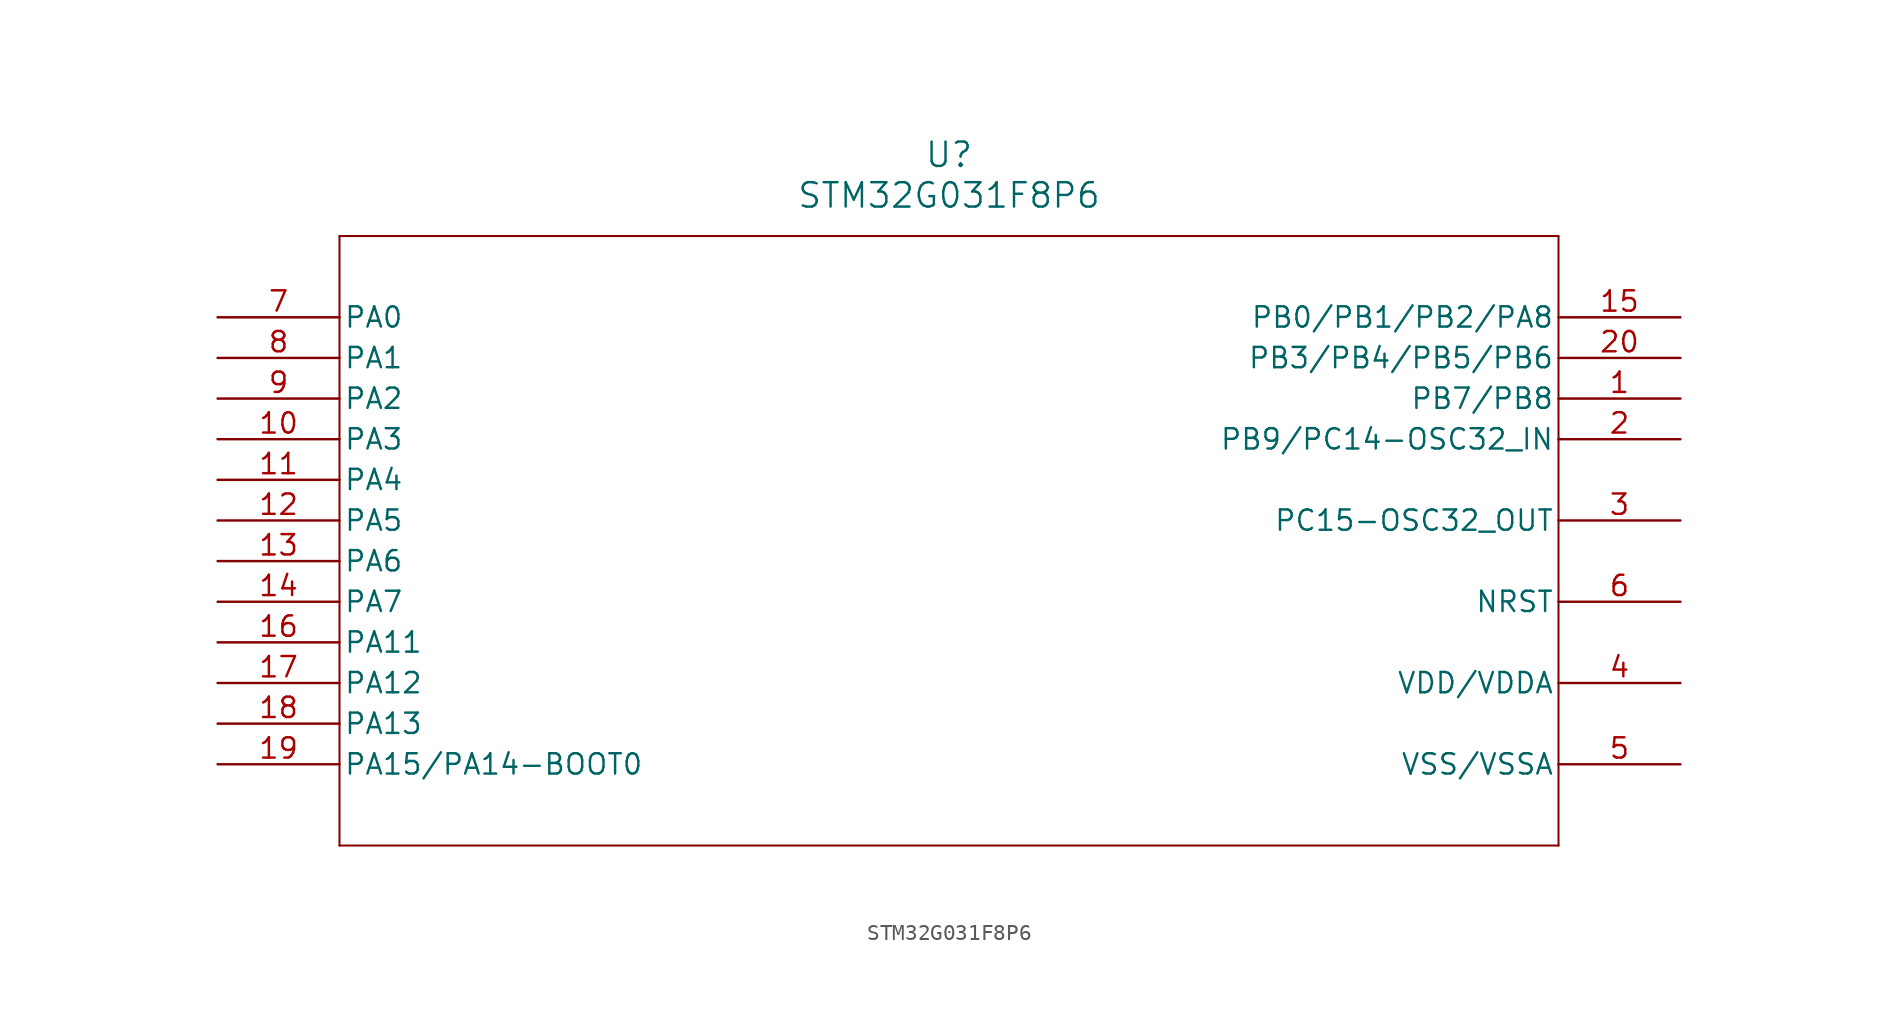
<source format=kicad_sym>
(kicad_symbol_lib
  (version 20211014)
  (generator kicad_symbol_editor)
  (symbol "STM32G031F8P6"
    (pin_names
      (offset 0.254))
    (property "Reference" "U"
      (at 45.72 10.16 0)
      (effects (font (size 1.524 1.524))))
    (property "Value" "STM32G031F8P6"
      (at 45.72 7.62 0)
      (effects (font (size 1.524 1.524))))
    (symbol "STM32G031F8P6_0_1"
      (polyline (pts (xy 7.62 5.08) (xy 7.62 -33.02)) (stroke (width 0.127) (type default) (color 0 0 0 0)) (fill (type none)))
      (polyline (pts (xy 7.62 -33.02) (xy 83.82 -33.02)) (stroke (width 0.127) (type default) (color 0 0 0 0)) (fill (type none)))
      (polyline (pts (xy 83.82 -33.02) (xy 83.82 5.08)) (stroke (width 0.127) (type default) (color 0 0 0 0)) (fill (type none)))
      (polyline (pts (xy 83.82 5.08) (xy 7.62 5.08)) (stroke (width 0.127) (type default) (color 0 0 0 0)) (fill (type none)))
      (pin bidirectional line (at 91.44 -5.08 180) (length 7.62) (name "PB7/PB8" (effects (font (size 1.27 1.27)))) (number "1" (effects (font (size 1.27 1.27)))))
      (pin bidirectional line (at 91.44 -7.62 180) (length 7.62) (name "PB9/PC14-OSC32_IN" (effects (font (size 1.27 1.27)))) (number "2" (effects (font (size 1.27 1.27)))))
      (pin bidirectional line (at 91.44 -12.7 180) (length 7.62) (name "PC15-OSC32_OUT" (effects (font (size 1.27 1.27)))) (number "3" (effects (font (size 1.27 1.27)))))
      (pin power_in line (at 91.44 -22.86 180) (length 7.62) (name "VDD/VDDA" (effects (font (size 1.27 1.27)))) (number "4" (effects (font (size 1.27 1.27)))))
      (pin power_in line (at 91.44 -27.94 180) (length 7.62) (name "VSS/VSSA" (effects (font (size 1.27 1.27)))) (number "5" (effects (font (size 1.27 1.27)))))
      (pin bidirectional line (at 91.44 -17.78 180) (length 7.62) (name "NRST" (effects (font (size 1.27 1.27)))) (number "6" (effects (font (size 1.27 1.27)))))
      (pin bidirectional line (at 0 0 0) (length 7.62) (name "PA0" (effects (font (size 1.27 1.27)))) (number "7" (effects (font (size 1.27 1.27)))))
      (pin bidirectional line (at 0 -2.54 0) (length 7.62) (name "PA1" (effects (font (size 1.27 1.27)))) (number "8" (effects (font (size 1.27 1.27)))))
      (pin bidirectional line (at 0 -5.08 0) (length 7.62) (name "PA2" (effects (font (size 1.27 1.27)))) (number "9" (effects (font (size 1.27 1.27)))))
      (pin bidirectional line (at 0 -7.62 0) (length 7.62) (name "PA3" (effects (font (size 1.27 1.27)))) (number "10" (effects (font (size 1.27 1.27)))))
      (pin bidirectional line (at 0 -10.16 0) (length 7.62) (name "PA4" (effects (font (size 1.27 1.27)))) (number "11" (effects (font (size 1.27 1.27)))))
      (pin bidirectional line (at 0 -12.7 0) (length 7.62) (name "PA5" (effects (font (size 1.27 1.27)))) (number "12" (effects (font (size 1.27 1.27)))))
      (pin bidirectional line (at 0 -15.24 0) (length 7.62) (name "PA6" (effects (font (size 1.27 1.27)))) (number "13" (effects (font (size 1.27 1.27)))))
      (pin bidirectional line (at 0 -17.78 0) (length 7.62) (name "PA7" (effects (font (size 1.27 1.27)))) (number "14" (effects (font (size 1.27 1.27)))))
      (pin bidirectional line (at 91.44 0 180) (length 7.62) (name "PB0/PB1/PB2/PA8" (effects (font (size 1.27 1.27)))) (number "15" (effects (font (size 1.27 1.27)))))
      (pin bidirectional line (at 0 -20.32 0) (length 7.62) (name "PA11" (effects (font (size 1.27 1.27)))) (number "16" (effects (font (size 1.27 1.27)))))
      (pin bidirectional line (at 0 -22.86 0) (length 7.62) (name "PA12" (effects (font (size 1.27 1.27)))) (number "17" (effects (font (size 1.27 1.27)))))
      (pin bidirectional line (at 0 -25.4 0) (length 7.62) (name "PA13" (effects (font (size 1.27 1.27)))) (number "18" (effects (font (size 1.27 1.27)))))
      (pin bidirectional line (at 0 -27.94 0) (length 7.62) (name "PA15/PA14-BOOT0" (effects (font (size 1.27 1.27)))) (number "19" (effects (font (size 1.27 1.27)))))
      (pin bidirectional line (at 91.44 -2.54 180) (length 7.62) (name "PB3/PB4/PB5/PB6" (effects (font (size 1.27 1.27)))) (number "20" (effects (font (size 1.27 1.27))))))))
</source>
